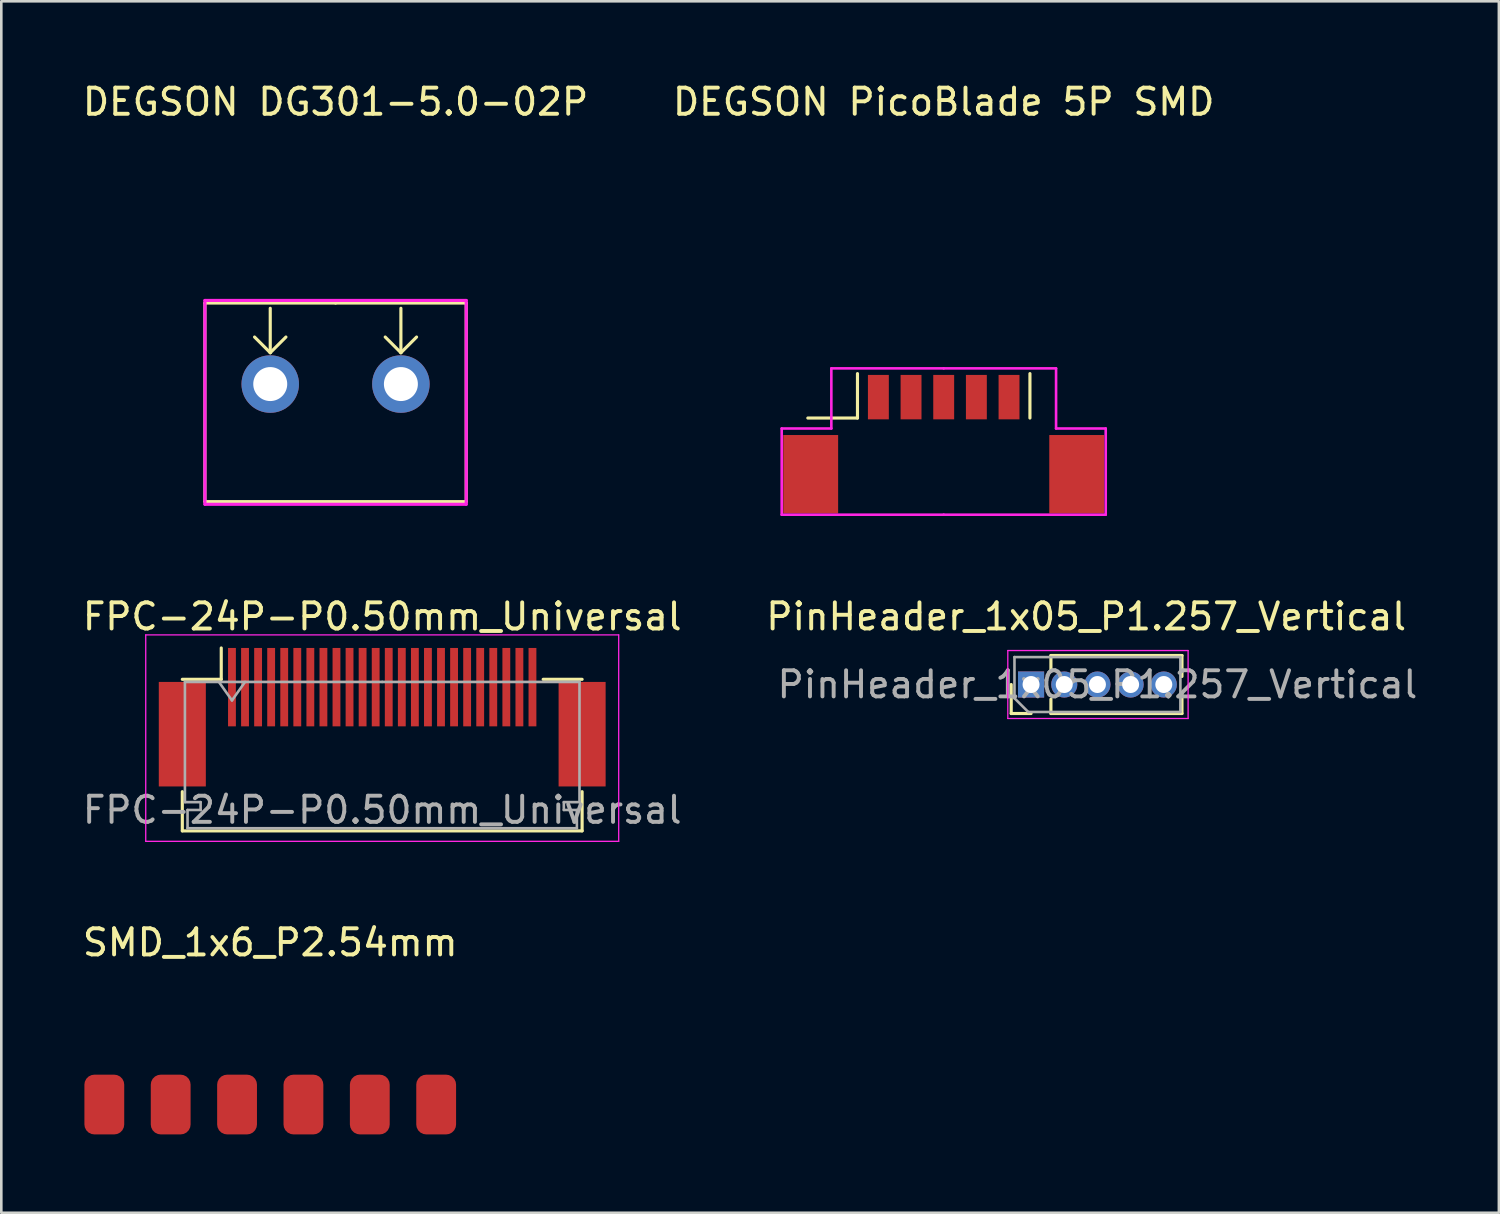
<source format=kicad_pcb>
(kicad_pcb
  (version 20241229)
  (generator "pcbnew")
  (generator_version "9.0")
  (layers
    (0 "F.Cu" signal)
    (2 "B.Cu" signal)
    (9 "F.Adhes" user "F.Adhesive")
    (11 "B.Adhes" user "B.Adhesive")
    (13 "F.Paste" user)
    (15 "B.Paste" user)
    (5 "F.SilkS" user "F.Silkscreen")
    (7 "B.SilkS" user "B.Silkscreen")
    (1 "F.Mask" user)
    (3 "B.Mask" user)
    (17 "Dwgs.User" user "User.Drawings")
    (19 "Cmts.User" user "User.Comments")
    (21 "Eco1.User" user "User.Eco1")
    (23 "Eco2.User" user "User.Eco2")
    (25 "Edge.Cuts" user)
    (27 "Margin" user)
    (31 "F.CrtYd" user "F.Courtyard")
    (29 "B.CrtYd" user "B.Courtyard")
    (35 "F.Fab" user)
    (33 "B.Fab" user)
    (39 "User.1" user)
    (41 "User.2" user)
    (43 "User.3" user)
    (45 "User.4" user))
  (footprint "DEGSON PicoBlade 5P SMD"
    (layer "F.Cu")
    (at 33.065 12.148)
    (property "Reference" "DEGSON PicoBlade 5P SMD" (at 0 -11.3 0) (unlocked yes) (layer "F.SilkS") (effects (font (size 1 1) (thickness 0.15))))
    (attr smd)
    (fp_line (start -3.3 -0.9) (end -3.3 0.8) (stroke (width 0.12) (type solid)) (layer "F.SilkS"))
    (fp_line (start -3.3 0.8) (end -5.2 0.8) (stroke (width 0.12) (type solid)) (layer "F.SilkS"))
    (fp_line (start 3.3 -0.9) (end 3.3 0.8) (stroke (width 0.12) (type solid)) (layer "F.SilkS"))
    (fp_line (start -6.2 1.2) (end -6.2 4.5) (stroke (width 0.1) (type solid)) (layer "F.CrtYd"))
    (fp_line (start -6.2 4.5) (end 0 4.5) (stroke (width 0.1) (type solid)) (layer "F.CrtYd"))
    (fp_line (start -4.3 -1.1) (end -4.3 1.2) (stroke (width 0.1) (type solid)) (layer "F.CrtYd"))
    (fp_line (start -4.3 1.2) (end -6.2 1.2) (stroke (width 0.1) (type solid)) (layer "F.CrtYd"))
    (fp_line (start 0 -1.1) (end -4.3 -1.1) (stroke (width 0.1) (type solid)) (layer "F.CrtYd"))
    (fp_line (start 0 -1.1) (end 4.3 -1.1) (stroke (width 0.1) (type solid)) (layer "F.CrtYd"))
    (fp_line (start 4.3 -1.1) (end 4.3 1.2) (stroke (width 0.1) (type solid)) (layer "F.CrtYd"))
    (fp_line (start 4.3 1.2) (end 6.2 1.2) (stroke (width 0.1) (type solid)) (layer "F.CrtYd"))
    (fp_line (start 6.2 1.2) (end 6.2 4.5) (stroke (width 0.1) (type solid)) (layer "F.CrtYd"))
    (fp_line (start 6.2 4.5) (end 0 4.5) (stroke (width 0.1) (type solid)) (layer "F.CrtYd"))
    (pad "" smd rect (at -5.09 2.95) (size 2.1 3) (layers "F.Cu" "F.Mask" "F.Paste"))
    (pad "" smd rect (at 5.09 2.95) (size 2.1 3) (layers "F.Cu" "F.Mask" "F.Paste"))
    (pad "1" smd rect (at -2.5 0) (size 0.8 1.7) (layers "F.Cu" "F.Mask" "F.Paste"))
    (pad "2" smd rect (at -1.25 0) (size 0.8 1.7) (layers "F.Cu" "F.Mask" "F.Paste"))
    (pad "3" smd rect (at 0 0) (size 0.8 1.7) (layers "F.Cu" "F.Mask" "F.Paste"))
    (pad "4" smd rect (at 1.25 0) (size 0.8 1.7) (layers "F.Cu" "F.Mask" "F.Paste"))
    (pad "5" smd rect (at 2.5 0) (size 0.8 1.7) (layers "F.Cu" "F.Mask" "F.Paste")))
  (footprint "FPC-24P-P0.50mm_Universal"
    (layer "F.Cu")
    (at 11.577 24.247)
    (property "Reference" "FPC-24P-P0.50mm_Universal" (at 0 -3.7 0) (layer "F.SilkS") (effects (font (size 1 1) (thickness 0.15))))
    (attr smd)
    (fp_line (start -7.65 3) (end -7.65 4.5) (stroke (width 0.12) (type solid)) (layer "F.SilkS"))
    (fp_line (start -7.65 4.5) (end 7.65 4.5) (stroke (width 0.12) (type solid)) (layer "F.SilkS"))
    (fp_line (start -6.16 -1.3) (end -7.65 -1.3) (stroke (width 0.12) (type solid)) (layer "F.SilkS"))
    (fp_line (start -6.16 -1.3) (end -6.16 -2.5) (stroke (width 0.12) (type solid)) (layer "F.SilkS"))
    (fp_line (start 6.16 -1.3) (end 7.65 -1.3) (stroke (width 0.12) (type solid)) (layer "F.SilkS"))
    (fp_line (start 7.65 4.5) (end 7.65 3) (stroke (width 0.12) (type solid)) (layer "F.SilkS"))
    (fp_line (start -9.05 -3) (end -9.05 4.9) (stroke (width 0.05) (type solid)) (layer "F.CrtYd"))
    (fp_line (start -9.05 4.9) (end 9.05 4.9) (stroke (width 0.05) (type solid)) (layer "F.CrtYd"))
    (fp_line (start 9.05 -3) (end -9.05 -3) (stroke (width 0.05) (type solid)) (layer "F.CrtYd"))
    (fp_line (start 9.05 4.9) (end 9.05 -3) (stroke (width 0.05) (type solid)) (layer "F.CrtYd"))
    (fp_line (start -7.55 -1.2) (end -7.55 3.4) (stroke (width 0.1) (type solid)) (layer "F.Fab"))
    (fp_line (start -7.55 3.4) (end -6.95 3.4) (stroke (width 0.1) (type solid)) (layer "F.Fab"))
    (fp_line (start -7.45 3.7) (end -7.45 4.4) (stroke (width 0.1) (type solid)) (layer "F.Fab"))
    (fp_line (start -7.45 4.4) (end 0 4.4) (stroke (width 0.1) (type solid)) (layer "F.Fab"))
    (fp_line (start -6.95 3.4) (end -6.95 3.7) (stroke (width 0.1) (type solid)) (layer "F.Fab"))
    (fp_line (start -6.95 3.7) (end -7.45 3.7) (stroke (width 0.1) (type solid)) (layer "F.Fab"))
    (fp_line (start -6.25 -1.2) (end -5.75 -0.493) (stroke (width 0.1) (type solid)) (layer "F.Fab"))
    (fp_line (start -5.75 -0.493) (end -5.25 -1.2) (stroke (width 0.1) (type solid)) (layer "F.Fab"))
    (fp_line (start 0 -1.2) (end -7.55 -1.2) (stroke (width 0.1) (type solid)) (layer "F.Fab"))
    (fp_line (start 0 -1.2) (end 7.55 -1.2) (stroke (width 0.1) (type solid)) (layer "F.Fab"))
    (fp_line (start 6.95 3.4) (end 6.95 3.7) (stroke (width 0.1) (type solid)) (layer "F.Fab"))
    (fp_line (start 6.95 3.7) (end 7.45 3.7) (stroke (width 0.1) (type solid)) (layer "F.Fab"))
    (fp_line (start 7.45 3.7) (end 7.45 4.4) (stroke (width 0.1) (type solid)) (layer "F.Fab"))
    (fp_line (start 7.45 4.4) (end 0 4.4) (stroke (width 0.1) (type solid)) (layer "F.Fab"))
    (fp_line (start 7.55 -1.2) (end 7.55 3.4) (stroke (width 0.1) (type solid)) (layer "F.Fab"))
    (fp_line (start 7.55 3.4) (end 6.95 3.4) (stroke (width 0.1) (type solid)) (layer "F.Fab"))
    (fp_text user "${REFERENCE}" (at 0 3.7 0) (layer "F.Fab") (effects (font (size 1 1) (thickness 0.15))))
    (pad "" smd rect (at -7.65 0.8) (size 1.8 4) (layers "F.Cu" "F.Mask" "F.Paste"))
    (pad "" smd rect (at 7.65 0.8) (size 1.8 4) (layers "F.Cu" "F.Mask" "F.Paste"))
    (pad "1" smd rect (at -5.75 -1) (size 0.3 3) (layers "F.Cu" "F.Mask" "F.Paste"))
    (pad "2" smd rect (at -5.25 -1) (size 0.3 3) (layers "F.Cu" "F.Mask" "F.Paste"))
    (pad "3" smd rect (at -4.75 -1) (size 0.3 3) (layers "F.Cu" "F.Mask" "F.Paste"))
    (pad "4" smd rect (at -4.25 -1) (size 0.3 3) (layers "F.Cu" "F.Mask" "F.Paste"))
    (pad "5" smd rect (at -3.75 -1) (size 0.3 3) (layers "F.Cu" "F.Mask" "F.Paste"))
    (pad "6" smd rect (at -3.25 -1) (size 0.3 3) (layers "F.Cu" "F.Mask" "F.Paste"))
    (pad "7" smd rect (at -2.75 -1) (size 0.3 3) (layers "F.Cu" "F.Mask" "F.Paste"))
    (pad "8" smd rect (at -2.25 -1) (size 0.3 3) (layers "F.Cu" "F.Mask" "F.Paste"))
    (pad "9" smd rect (at -1.75 -1) (size 0.3 3) (layers "F.Cu" "F.Mask" "F.Paste"))
    (pad "10" smd rect (at -1.25 -1) (size 0.3 3) (layers "F.Cu" "F.Mask" "F.Paste"))
    (pad "11" smd rect (at -0.75 -1) (size 0.3 3) (layers "F.Cu" "F.Mask" "F.Paste"))
    (pad "12" smd rect (at -0.25 -1) (size 0.3 3) (layers "F.Cu" "F.Mask" "F.Paste"))
    (pad "13" smd rect (at 0.25 -1) (size 0.3 3) (layers "F.Cu" "F.Mask" "F.Paste"))
    (pad "14" smd rect (at 0.75 -1) (size 0.3 3) (layers "F.Cu" "F.Mask" "F.Paste"))
    (pad "15" smd rect (at 1.25 -1) (size 0.3 3) (layers "F.Cu" "F.Mask" "F.Paste"))
    (pad "16" smd rect (at 1.75 -1) (size 0.3 3) (layers "F.Cu" "F.Mask" "F.Paste"))
    (pad "17" smd rect (at 2.25 -1) (size 0.3 3) (layers "F.Cu" "F.Mask" "F.Paste"))
    (pad "18" smd rect (at 2.75 -1) (size 0.3 3) (layers "F.Cu" "F.Mask" "F.Paste"))
    (pad "19" smd rect (at 3.25 -1) (size 0.3 3) (layers "F.Cu" "F.Mask" "F.Paste"))
    (pad "20" smd rect (at 3.75 -1) (size 0.3 3) (layers "F.Cu" "F.Mask" "F.Paste"))
    (pad "21" smd rect (at 4.25 -1) (size 0.3 3) (layers "F.Cu" "F.Mask" "F.Paste"))
    (pad "22" smd rect (at 4.75 -1) (size 0.3 3) (layers "F.Cu" "F.Mask" "F.Paste"))
    (pad "23" smd rect (at 5.25 -1) (size 0.3 3) (layers "F.Cu" "F.Mask" "F.Paste"))
    (pad "24" smd rect (at 5.75 -1) (size 0.3 3) (layers "F.Cu" "F.Mask" "F.Paste")))
  (footprint "PinHeader_1x05_P1.257_Vertical"
    (layer "F.Cu")
    (at 38.918 23.146)
    (property "Reference" "PinHeader_1x05_P1.257_Vertical" (at -0.4 -2.6 0) (unlocked yes) (layer "F.SilkS") (effects (font (size 1 1) (thickness 0.15))))
    (attr through_hole)
    (fp_line (start -3.27 1.11) (end -3.27 0) (stroke (width 0.12) (type solid)) (layer "F.SilkS"))
    (fp_line (start -2.51 1.11) (end -3.27 1.11) (stroke (width 0.12) (type solid)) (layer "F.SilkS"))
    (fp_line (start -1.75 -1.11) (end 3.265 -1.11) (stroke (width 0.12) (type solid)) (layer "F.SilkS"))
    (fp_line (start -1.75 -0.563) (end -1.75 -1.11) (stroke (width 0.12) (type solid)) (layer "F.SilkS"))
    (fp_line (start -1.75 1.11) (end -1.75 0.563) (stroke (width 0.12) (type solid)) (layer "F.SilkS"))
    (fp_line (start -1.75 1.11) (end 3.265 1.11) (stroke (width 0.12) (type solid)) (layer "F.SilkS"))
    (fp_line (start 3.265 -0.308) (end 3.265 -1.11) (stroke (width 0.12) (type solid)) (layer "F.SilkS"))
    (fp_line (start 3.265 1.11) (end 3.265 0.308) (stroke (width 0.12) (type solid)) (layer "F.SilkS"))
    (fp_line (start -3.4 -1.3) (end -3.4 1.3) (stroke (width 0.05) (type solid)) (layer "F.CrtYd"))
    (fp_line (start -3.4 1.3) (end 3.5 1.3) (stroke (width 0.05) (type solid)) (layer "F.CrtYd"))
    (fp_line (start 3.5 -1.3) (end -3.4 -1.3) (stroke (width 0.05) (type solid)) (layer "F.CrtYd"))
    (fp_line (start 3.5 1.3) (end 3.5 -1.3) (stroke (width 0.05) (type solid)) (layer "F.CrtYd"))
    (fp_line (start -3.145 -1.05) (end 3.205 -1.05) (stroke (width 0.1) (type solid)) (layer "F.Fab"))
    (fp_line (start -3.145 0.525) (end -3.145 -1.05) (stroke (width 0.1) (type solid)) (layer "F.Fab"))
    (fp_line (start -2.62 1.05) (end -3.145 0.525) (stroke (width 0.1) (type solid)) (layer "F.Fab"))
    (fp_line (start 3.205 -1.05) (end 3.205 1.05) (stroke (width 0.1) (type solid)) (layer "F.Fab"))
    (fp_line (start 3.205 1.05) (end -2.62 1.05) (stroke (width 0.1) (type solid)) (layer "F.Fab"))
    (fp_text user "${REFERENCE}" (at 0.03 0 180) (layer "F.Fab") (effects (font (size 1 1) (thickness 0.15))))
    (pad "1" thru_hole rect (at -2.51 0 90) (size 1 1) (drill 0.65) (layers "*.Cu" "*.Mask"))
    (pad "2" thru_hole oval (at -1.24 0 90) (size 1 1) (drill 0.65) (layers "*.Cu" "*.Mask"))
    (pad "3" thru_hole oval (at 0.03 0 90) (size 1 1) (drill 0.65) (layers "*.Cu" "*.Mask"))
    (pad "4" thru_hole oval (at 1.3 0 90) (size 1 1) (drill 0.65) (layers "*.Cu" "*.Mask"))
    (pad "5" thru_hole oval (at 2.57 0 90) (size 1 1) (drill 0.65) (layers "*.Cu" "*.Mask")))
  (footprint "SMD_1x6_P2.54mm"
    (layer "F.Cu")
    (at 7.292 39.22)
    (property "Reference" "SMD_1x6_P2.54mm" (at 0 -6.2 0) (unlocked yes) (layer "F.SilkS") (effects (font (size 1 1) (thickness 0.15))))
    (attr smd)
    (pad "1" smd roundrect (at -6.35 0 90) (size 2.286 1.524) (layers "F.Cu" "F.Mask" "F.Paste") (roundrect_rratio 0.25))
    (pad "2" smd roundrect (at -3.81 0 90) (size 2.286 1.524) (layers "F.Cu" "F.Mask" "F.Paste") (roundrect_rratio 0.25))
    (pad "3" smd roundrect (at -1.27 0 90) (size 2.286 1.524) (layers "F.Cu" "F.Mask" "F.Paste") (roundrect_rratio 0.25))
    (pad "4" smd roundrect (at 1.27 0 90) (size 2.286 1.524) (layers "F.Cu" "F.Mask" "F.Paste") (roundrect_rratio 0.25))
    (pad "5" smd roundrect (at 3.81 0 90) (size 2.286 1.524) (layers "F.Cu" "F.Mask" "F.Paste") (roundrect_rratio 0.25))
    (pad "6" smd roundrect (at 6.35 0 90) (size 2.286 1.524) (layers "F.Cu" "F.Mask" "F.Paste") (roundrect_rratio 0.25)))
  (footprint "DEGSON DG301-5.0-02P"
    (layer "F.Cu")
    (at 9.792 11.648)
    (property "Reference" "DEGSON DG301-5.0-02P" (at 0 -10.8 0) (unlocked yes) (layer "F.SilkS") (effects (font (size 1 1) (thickness 0.15))))
    (attr smd)
    (fp_line (start -5 -3.1) (end -5 4.5) (stroke (width 0.12) (type solid)) (layer "F.SilkS"))
    (fp_line (start -5 4.5) (end 5 4.5) (stroke (width 0.12) (type solid)) (layer "F.SilkS"))
    (fp_line (start -2.5 -1.2) (end -3.1 -1.8) (stroke (width 0.12) (type solid)) (layer "F.SilkS"))
    (fp_line (start -2.5 -1.2) (end -2.5 -2.9) (stroke (width 0.12) (type solid)) (layer "F.SilkS"))
    (fp_line (start -2.5 -1.2) (end -1.9 -1.8) (stroke (width 0.12) (type solid)) (layer "F.SilkS"))
    (fp_line (start 0 -3.1) (end -5 -3.1) (stroke (width 0.12) (type solid)) (layer "F.SilkS"))
    (fp_line (start 2.5 -1.2) (end 1.9 -1.8) (stroke (width 0.12) (type solid)) (layer "F.SilkS"))
    (fp_line (start 2.5 -1.2) (end 2.5 -2.9) (stroke (width 0.12) (type solid)) (layer "F.SilkS"))
    (fp_line (start 2.5 -1.2) (end 3.1 -1.8) (stroke (width 0.12) (type solid)) (layer "F.SilkS"))
    (fp_line (start 5 -3.1) (end 0 -3.1) (stroke (width 0.12) (type solid)) (layer "F.SilkS"))
    (fp_line (start 5 4.5) (end 5 -3.1) (stroke (width 0.12) (type solid)) (layer "F.SilkS"))
    (fp_line (start -5 -3.2) (end -5 4.6) (stroke (width 0.12) (type solid)) (layer "F.CrtYd"))
    (fp_line (start -5 4.6) (end 5 4.6) (stroke (width 0.12) (type solid)) (layer "F.CrtYd"))
    (fp_line (start 5 -3.2) (end -5 -3.2) (stroke (width 0.12) (type solid)) (layer "F.CrtYd"))
    (fp_line (start 5 4.6) (end 5 -3.2) (stroke (width 0.12) (type solid)) (layer "F.CrtYd"))
    (pad "1" thru_hole circle (at -2.5 0) (size 2.2 2.2) (drill 1.3) (layers "*.Cu" "*.Mask"))
    (pad "2" thru_hole circle (at 2.5 0) (size 2.2 2.2) (drill 1.3) (layers "*.Cu" "*.Mask")))
  (gr_rect
    (start -3 -3)
    (end 54.311 43.363)
    (stroke (width 0.1) (type default))
    (fill no)
    (layer "Edge.Cuts")))
</source>
